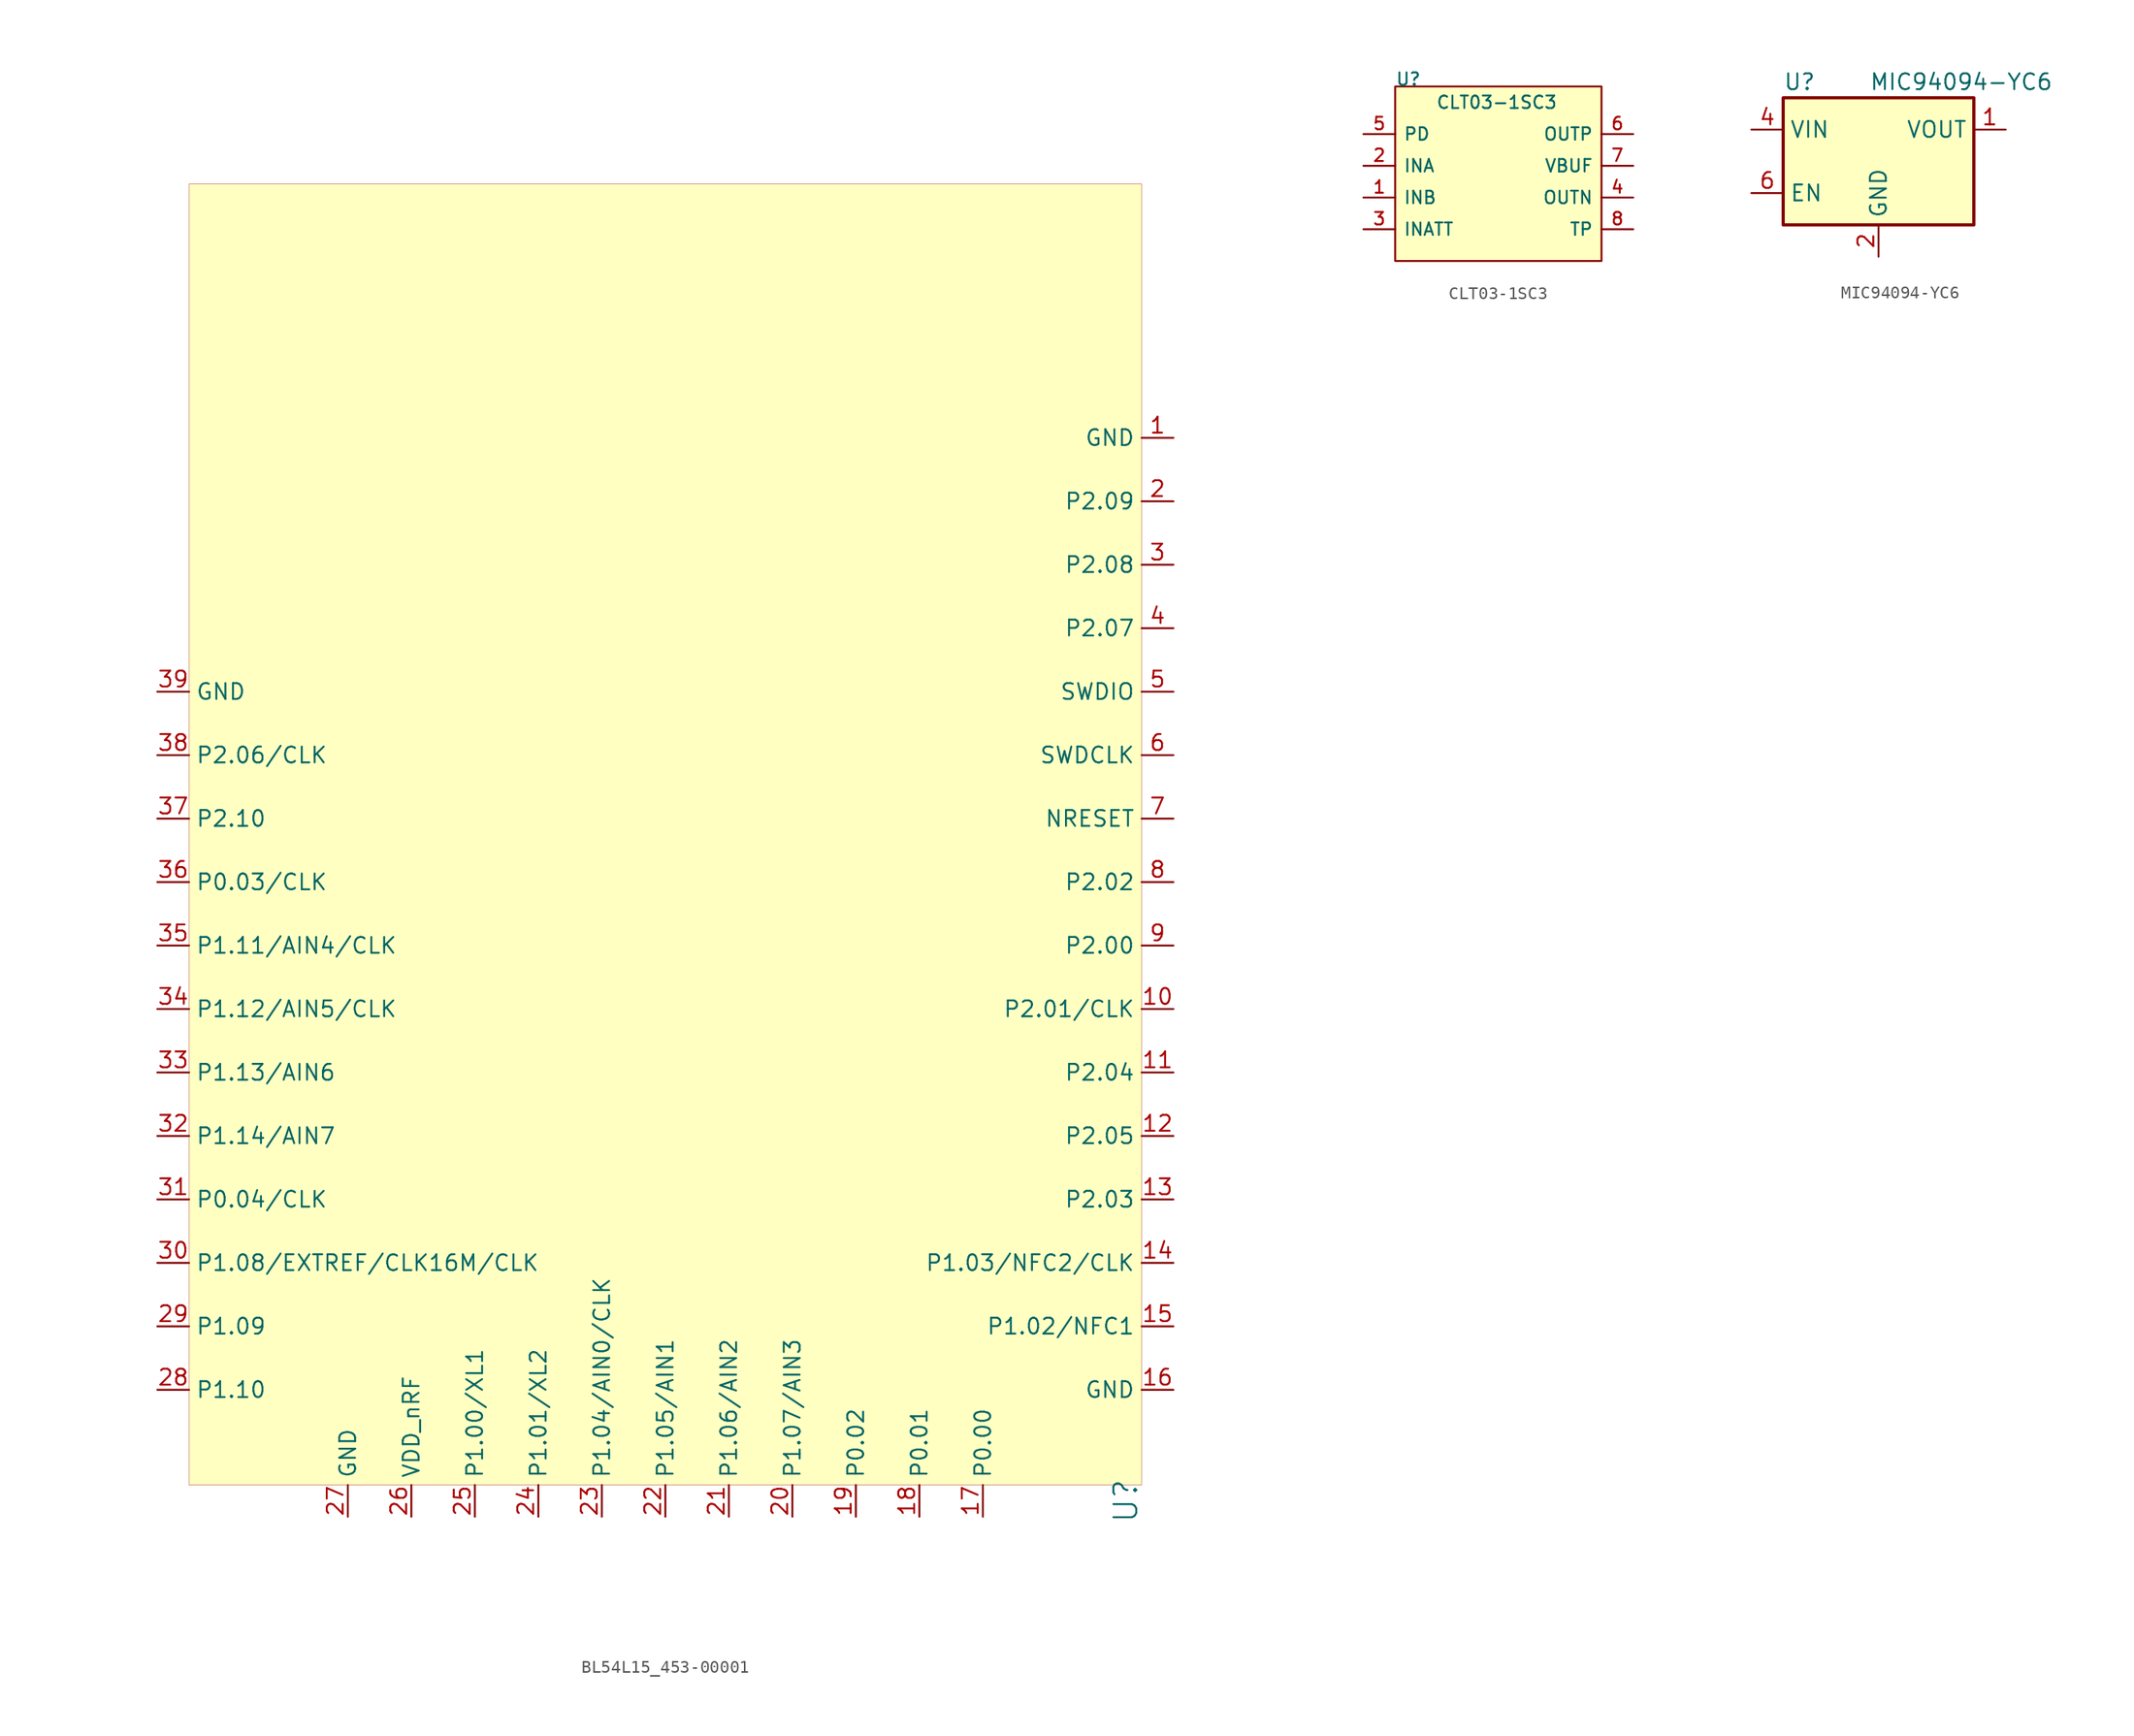
<source format=kicad_sym>
(kicad_symbol_lib
  (version 20241209)
  (generator "kicad_symbol_editor")
  (generator_version "9.0")
  (symbol "BL54L15_453-00001"
    (property "Reference" "U"
      (at 74.93 -85.09 90)
      (effects (font (size 1.829 1.829))))
    (symbol "BL54L15_453-00001_1_0"
      (rectangle (start 0 20.32) (end 76.2 -83.82) (stroke (width 0.025) (type solid) (color 152 0 0 1)) (fill (type background)))
      (pin passive line (at -2.54 -20.32 0) (length 2.54) (name "GND" (effects (font (size 1.27 1.27)))) (number "39" (effects (font (size 1.27 1.27)))))
      (pin passive line (at -2.54 -25.4 0) (length 2.54) (name "P2.06/CLK" (effects (font (size 1.27 1.27)))) (number "38" (effects (font (size 1.27 1.27)))))
      (pin passive line (at -2.54 -30.48 0) (length 2.54) (name "P2.10" (effects (font (size 1.27 1.27)))) (number "37" (effects (font (size 1.27 1.27)))))
      (pin passive line (at -2.54 -35.56 0) (length 2.54) (name "P0.03/CLK" (effects (font (size 1.27 1.27)))) (number "36" (effects (font (size 1.27 1.27)))))
      (pin passive line (at -2.54 -40.64 0) (length 2.54) (name "P1.11/AIN4/CLK" (effects (font (size 1.27 1.27)))) (number "35" (effects (font (size 1.27 1.27)))))
      (pin passive line (at -2.54 -45.72 0) (length 2.54) (name "P1.12/AIN5/CLK" (effects (font (size 1.27 1.27)))) (number "34" (effects (font (size 1.27 1.27)))))
      (pin passive line (at -2.54 -50.8 0) (length 2.54) (name "P1.13/AIN6" (effects (font (size 1.27 1.27)))) (number "33" (effects (font (size 1.27 1.27)))))
      (pin passive line (at -2.54 -55.88 0) (length 2.54) (name "P1.14/AIN7" (effects (font (size 1.27 1.27)))) (number "32" (effects (font (size 1.27 1.27)))))
      (pin passive line (at -2.54 -60.96 0) (length 2.54) (name "P0.04/CLK" (effects (font (size 1.27 1.27)))) (number "31" (effects (font (size 1.27 1.27)))))
      (pin passive line (at -2.54 -66.04 0) (length 2.54) (name "P1.08/EXTREF/CLK16M/CLK" (effects (font (size 1.27 1.27)))) (number "30" (effects (font (size 1.27 1.27)))))
      (pin passive line (at -2.54 -71.12 0) (length 2.54) (name "P1.09" (effects (font (size 1.27 1.27)))) (number "29" (effects (font (size 1.27 1.27)))))
      (pin passive line (at -2.54 -76.2 0) (length 2.54) (name "P1.10" (effects (font (size 1.27 1.27)))) (number "28" (effects (font (size 1.27 1.27)))))
      (pin passive line (at 12.7 -86.36 90) (length 2.54) (name "GND" (effects (font (size 1.27 1.27)))) (number "27" (effects (font (size 1.27 1.27)))))
      (pin passive line (at 17.78 -86.36 90) (length 2.54) (name "VDD_nRF" (effects (font (size 1.27 1.27)))) (number "26" (effects (font (size 1.27 1.27)))))
      (pin passive line (at 22.86 -86.36 90) (length 2.54) (name "P1.00/XL1" (effects (font (size 1.27 1.27)))) (number "25" (effects (font (size 1.27 1.27)))))
      (pin passive line (at 27.94 -86.36 90) (length 2.54) (name "P1.01/XL2" (effects (font (size 1.27 1.27)))) (number "24" (effects (font (size 1.27 1.27)))))
      (pin passive line (at 33.02 -86.36 90) (length 2.54) (name "P1.04/AIN0/CLK" (effects (font (size 1.27 1.27)))) (number "23" (effects (font (size 1.27 1.27)))))
      (pin passive line (at 38.1 -86.36 90) (length 2.54) (name "P1.05/AIN1" (effects (font (size 1.27 1.27)))) (number "22" (effects (font (size 1.27 1.27)))))
      (pin passive line (at 43.18 -86.36 90) (length 2.54) (name "P1.06/AIN2" (effects (font (size 1.27 1.27)))) (number "21" (effects (font (size 1.27 1.27)))))
      (pin passive line (at 48.26 -86.36 90) (length 2.54) (name "P1.07/AIN3" (effects (font (size 1.27 1.27)))) (number "20" (effects (font (size 1.27 1.27)))))
      (pin passive line (at 53.34 -86.36 90) (length 2.54) (name "P0.02" (effects (font (size 1.27 1.27)))) (number "19" (effects (font (size 1.27 1.27)))))
      (pin passive line (at 58.42 -86.36 90) (length 2.54) (name "P0.01" (effects (font (size 1.27 1.27)))) (number "18" (effects (font (size 1.27 1.27)))))
      (pin passive line (at 63.5 -86.36 90) (length 2.54) (name "P0.00" (effects (font (size 1.27 1.27)))) (number "17" (effects (font (size 1.27 1.27)))))
      (pin passive line (at 78.74 0 180) (length 2.54) (name "GND" (effects (font (size 1.27 1.27)))) (number "1" (effects (font (size 1.27 1.27)))))
      (pin passive line (at 78.74 -5.08 180) (length 2.54) (name "P2.09" (effects (font (size 1.27 1.27)))) (number "2" (effects (font (size 1.27 1.27)))))
      (pin passive line (at 78.74 -10.16 180) (length 2.54) (name "P2.08" (effects (font (size 1.27 1.27)))) (number "3" (effects (font (size 1.27 1.27)))))
      (pin passive line (at 78.74 -15.24 180) (length 2.54) (name "P2.07" (effects (font (size 1.27 1.27)))) (number "4" (effects (font (size 1.27 1.27)))))
      (pin passive line (at 78.74 -20.32 180) (length 2.54) (name "SWDIO" (effects (font (size 1.27 1.27)))) (number "5" (effects (font (size 1.27 1.27)))))
      (pin passive line (at 78.74 -25.4 180) (length 2.54) (name "SWDCLK" (effects (font (size 1.27 1.27)))) (number "6" (effects (font (size 1.27 1.27)))))
      (pin passive line (at 78.74 -30.48 180) (length 2.54) (name "NRESET" (effects (font (size 1.27 1.27)))) (number "7" (effects (font (size 1.27 1.27)))))
      (pin passive line (at 78.74 -35.56 180) (length 2.54) (name "P2.02" (effects (font (size 1.27 1.27)))) (number "8" (effects (font (size 1.27 1.27)))))
      (pin passive line (at 78.74 -40.64 180) (length 2.54) (name "P2.00" (effects (font (size 1.27 1.27)))) (number "9" (effects (font (size 1.27 1.27)))))
      (pin passive line (at 78.74 -45.72 180) (length 2.54) (name "P2.01/CLK" (effects (font (size 1.27 1.27)))) (number "10" (effects (font (size 1.27 1.27)))))
      (pin passive line (at 78.74 -50.8 180) (length 2.54) (name "P2.04" (effects (font (size 1.27 1.27)))) (number "11" (effects (font (size 1.27 1.27)))))
      (pin passive line (at 78.74 -55.88 180) (length 2.54) (name "P2.05" (effects (font (size 1.27 1.27)))) (number "12" (effects (font (size 1.27 1.27)))))
      (pin passive line (at 78.74 -60.96 180) (length 2.54) (name "P2.03" (effects (font (size 1.27 1.27)))) (number "13" (effects (font (size 1.27 1.27)))))
      (pin passive line (at 78.74 -66.04 180) (length 2.54) (name "P1.03/NFC2/CLK" (effects (font (size 1.27 1.27)))) (number "14" (effects (font (size 1.27 1.27)))))
      (pin passive line (at 78.74 -71.12 180) (length 2.54) (name "P1.02/NFC1" (effects (font (size 1.27 1.27)))) (number "15" (effects (font (size 1.27 1.27)))))
      (pin passive line (at 78.74 -76.2 180) (length 2.54) (name "GND" (effects (font (size 1.27 1.27)))) (number "16" (effects (font (size 1.27 1.27)))))))
  (symbol "CLT03-1SC3"
    (pin_names
      (offset 0.635))
    (property "Reference" "U"
      (at 0 0 0)
      (effects (font (size 1 1)) (justify left bottom)))
    (property "Value" "CLT03-1SC3"
      (at 8.128 -1.27 0)
      (effects (font (size 1 1))))
    (symbol "CLT03-1SC3_1_1"
      (rectangle (start 0 0) (end 16.51 -13.97) (stroke (width 0.152) (type default)) (fill (type background)))
      (pin unspecified line (at -2.54 -3.81 0) (length 2.54) (name "PD" (effects (font (size 1 1)))) (number "5" (effects (font (size 1 1)))))
      (pin unspecified line (at -2.54 -6.35 0) (length 2.54) (name "INA" (effects (font (size 1 1)))) (number "2" (effects (font (size 1 1)))))
      (pin unspecified line (at -2.54 -8.89 0) (length 2.54) (name "INB" (effects (font (size 1 1)))) (number "1" (effects (font (size 1 1)))))
      (pin unspecified line (at -2.54 -11.43 0) (length 2.54) (name "INATT" (effects (font (size 1 1)))) (number "3" (effects (font (size 1 1)))))
      (pin unspecified line (at 19.05 -3.81 180) (length 2.54) (name "OUTP" (effects (font (size 1 1)))) (number "6" (effects (font (size 1 1)))))
      (pin unspecified line (at 19.05 -6.35 180) (length 2.54) (name "VBUF" (effects (font (size 1 1)))) (number "7" (effects (font (size 1 1)))))
      (pin unspecified line (at 19.05 -8.89 180) (length 2.54) (name "OUTN" (effects (font (size 1 1)))) (number "4" (effects (font (size 1 1)))))
      (pin unspecified line (at 19.05 -11.43 180) (length 2.54) (name "TP" (effects (font (size 1 1)))) (number "8" (effects (font (size 1 1)))))))
  (symbol "MIC94094-YC6"
    (property "Reference" "U"
      (at -7.62 6.35 0)
      (effects (font (size 1.27 1.27)) (justify left)))
    (property "Value" "MIC94094-YC6"
      (at 13.97 6.35 0)
      (effects (font (size 1.27 1.27)) (justify right)))
    (symbol "MIC94094-YC6_0_1"
      (rectangle (start -7.62 5.08) (end 7.62 -5.08) (stroke (width 0.254) (type default)) (fill (type background))))
    (symbol "MIC94094-YC6_1_1"
      (pin power_in line (at -10.16 2.54 0) (length 2.54) (name "VIN" (effects (font (size 1.27 1.27)))) (number "4" (effects (font (size 1.27 1.27)))))
      (pin input line (at -10.16 -2.54 0) (length 2.54) (name "EN" (effects (font (size 1.27 1.27)))) (number "6" (effects (font (size 1.27 1.27)))))
      (pin power_out line (at 0 -7.62 90) (length 2.54) (name "GND" (effects (font (size 1.27 1.27)))) (number "2" (effects (font (size 1.27 1.27)))))
      (pin power_out line (at 0 -7.62 90) (length 2.54) (hide yes) (name "GND" (effects (font (size 1.27 1.27)))) (number "5" (effects (font (size 1.27 1.27)))))
      (pin power_out line (at 10.16 2.54 180) (length 2.54) (name "VOUT" (effects (font (size 1.27 1.27)))) (number "1" (effects (font (size 1.27 1.27)))))
      (pin no_connect line (at 10.16 -2.54 180) (length 2.54) (hide yes) (name "NC" (effects (font (size 1.27 1.27)))) (number "3" (effects (font (size 1.27 1.27))))))))
</source>
